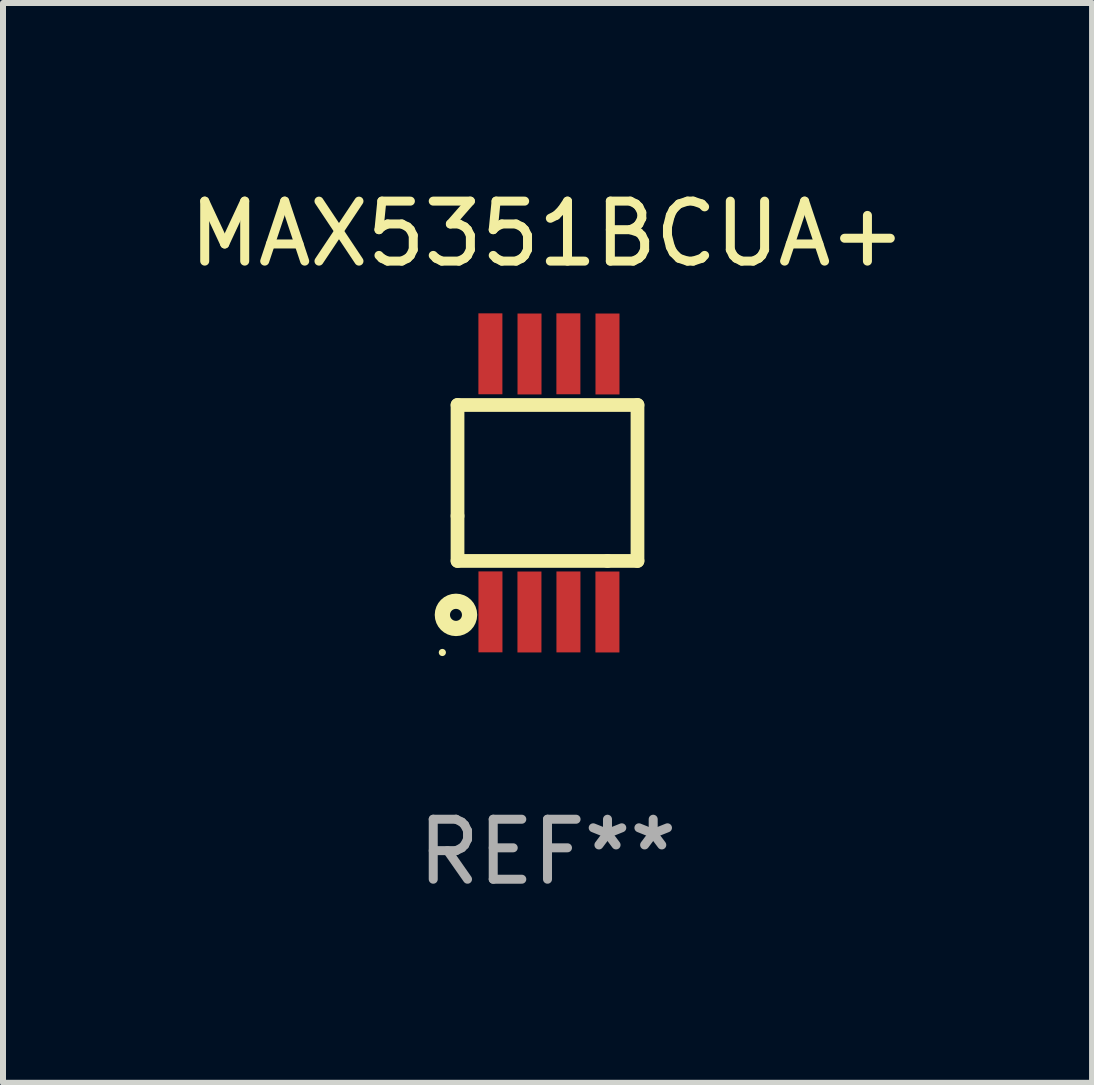
<source format=kicad_pcb>
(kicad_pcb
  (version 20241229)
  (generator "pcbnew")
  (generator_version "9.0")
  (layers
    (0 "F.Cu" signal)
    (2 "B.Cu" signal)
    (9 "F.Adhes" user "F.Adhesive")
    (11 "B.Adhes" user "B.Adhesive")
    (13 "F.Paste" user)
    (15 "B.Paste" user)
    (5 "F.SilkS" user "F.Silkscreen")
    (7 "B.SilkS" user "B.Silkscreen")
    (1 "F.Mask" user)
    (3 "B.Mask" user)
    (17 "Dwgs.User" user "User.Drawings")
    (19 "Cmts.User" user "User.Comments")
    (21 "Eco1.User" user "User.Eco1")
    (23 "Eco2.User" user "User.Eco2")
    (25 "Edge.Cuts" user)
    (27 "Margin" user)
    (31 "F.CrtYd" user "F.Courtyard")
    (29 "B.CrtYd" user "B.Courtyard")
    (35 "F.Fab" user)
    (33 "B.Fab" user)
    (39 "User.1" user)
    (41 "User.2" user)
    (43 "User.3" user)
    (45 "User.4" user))
  (footprint "MAX5351BCUA+"
    (layer "F.Cu")
    (at 6.077 5)
    (property "Reference" "MAX5351BCUA+" (at 0 -4.152 0) (layer "F.SilkS") (effects (font (size 1 1) (thickness 0.15))))
    (attr through_hole)
    (fp_line (start -1.5 1.301) (end 1 1.301) (stroke (width 0.229) (type solid)) (layer "F.SilkS"))
    (fp_line (start -1.5 -1.299) (end -1.5 0.551) (stroke (width 0.229) (type solid)) (layer "F.SilkS"))
    (fp_line (start -1.5 0.551) (end -1.5 1.301) (stroke (width 0.229) (type solid)) (layer "F.SilkS"))
    (fp_line (start 1 1.301) (end 1.5 1.301) (stroke (width 0.229) (type solid)) (layer "F.SilkS"))
    (fp_line (start 1.5 1.301) (end 1.5 -1.299) (stroke (width 0.229) (type solid)) (layer "F.SilkS"))
    (fp_line (start 1.5 -1.299) (end -1.5 -1.299) (stroke (width 0.229) (type solid)) (layer "F.SilkS"))
    (fp_circle (center -1.753 2.827) (end -1.723 2.827) (stroke (width 0.06) (type solid)) (fill no) (layer "F.SilkS"))
    (fp_circle (center -1.526 2.2) (end -1.426 2.2) (stroke (width 0.254) (type solid)) (fill no) (layer "F.SilkS"))
    (fp_text user "REF**" (at 0 6.152 0) (layer "F.Fab") (effects (font (size 1 1) (thickness 0.15))))
    (pad "1" smd rect (at -0.951 2.15) (size 0.4 1.349) (layers "F.Cu" "F.Mask" "F.Paste"))
    (pad "2" smd rect (at -0.301 2.152) (size 0.4 1.349) (layers "F.Cu" "F.Mask" "F.Paste"))
    (pad "3" smd rect (at 0.349 2.151) (size 0.4 1.349) (layers "F.Cu" "F.Mask" "F.Paste"))
    (pad "4" smd rect (at 0.999 2.152) (size 0.4 1.349) (layers "F.Cu" "F.Mask" "F.Paste"))
    (pad "5" smd rect (at 1 -2.149) (size 0.4 1.349) (layers "F.Cu" "F.Mask" "F.Paste"))
    (pad "6" smd rect (at 0.348 -2.152) (size 0.4 1.349) (layers "F.Cu" "F.Mask" "F.Paste"))
    (pad "7" smd rect (at -0.3 -2.149) (size 0.4 1.349) (layers "F.Cu" "F.Mask" "F.Paste"))
    (pad "8" smd rect (at -0.952 -2.152) (size 0.4 1.349) (layers "F.Cu" "F.Mask" "F.Paste")))
  (gr_rect
    (start -3 -3)
    (end 15.155 15.001)
    (stroke (width 0.1) (type default))
    (fill no)
    (layer "Edge.Cuts")))
</source>
